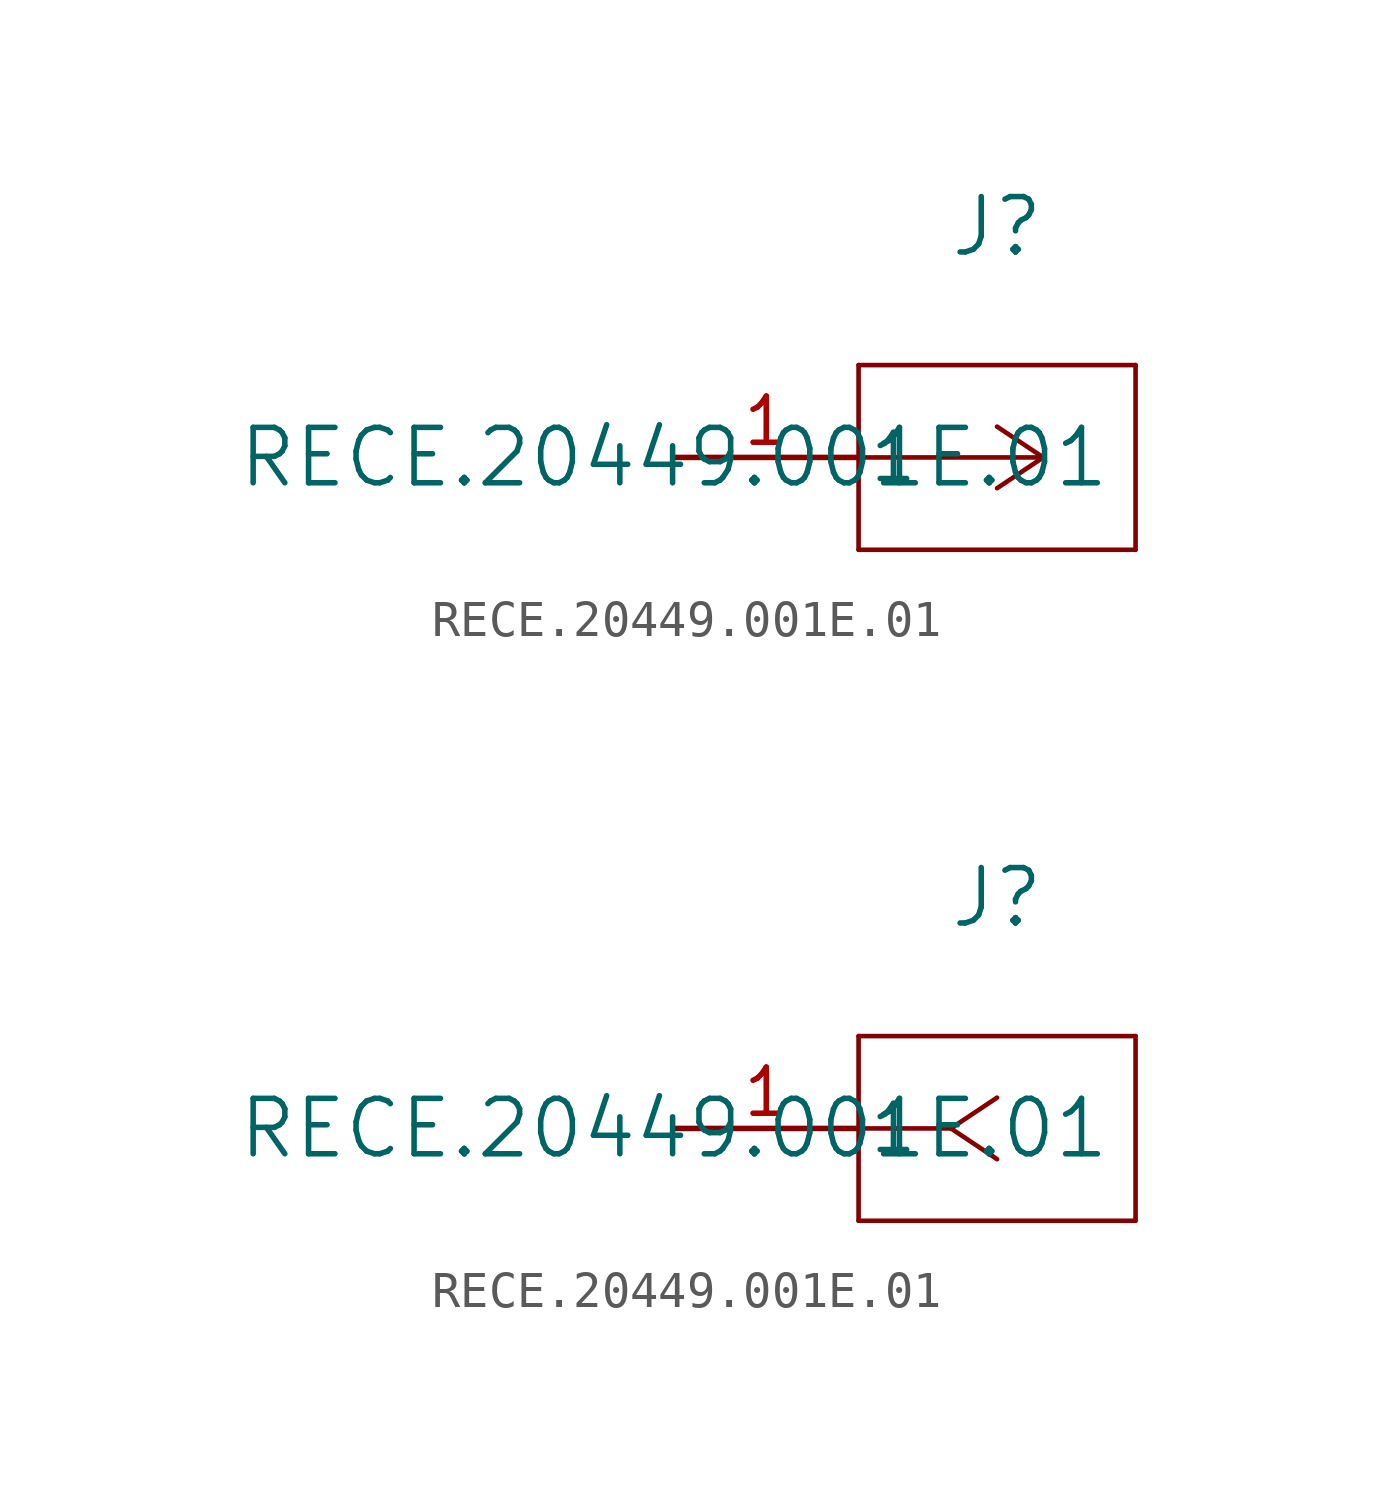
<source format=kicad_sym>
(kicad_symbol_lib
  (version 20211014)
  (generator kicad_symbol_editor)
  (symbol "RECE.20449.001E.01"
    (pin_names
      (offset 0.254))
    (property "Reference" "J"
      (at 8.89 6.35 0)
      (effects (font (size 1.524 1.524))))
    (property "Value" "RECE.20449.001E.01"
      (at 0 0 0)
      (effects (font (size 1.524 1.524))))
    (symbol "RECE.20449.001E.01_1_1"
      (polyline (pts (xy 10.16 0) (xy 5.08 0)) (stroke (width 0.127) (type default) (color 0 0 0 0)) (fill (type none)))
      (polyline (pts (xy 10.16 0) (xy 8.89 0.847)) (stroke (width 0.127) (type default) (color 0 0 0 0)) (fill (type none)))
      (polyline (pts (xy 10.16 0) (xy 8.89 -0.847)) (stroke (width 0.127) (type default) (color 0 0 0 0)) (fill (type none)))
      (polyline (pts (xy 5.08 2.54) (xy 5.08 -2.54)) (stroke (width 0.127) (type default) (color 0 0 0 0)) (fill (type none)))
      (polyline (pts (xy 5.08 -2.54) (xy 12.7 -2.54)) (stroke (width 0.127) (type default) (color 0 0 0 0)) (fill (type none)))
      (polyline (pts (xy 12.7 -2.54) (xy 12.7 2.54)) (stroke (width 0.127) (type default) (color 0 0 0 0)) (fill (type none)))
      (polyline (pts (xy 12.7 2.54) (xy 5.08 2.54)) (stroke (width 0.127) (type default) (color 0 0 0 0)) (fill (type none)))
      (pin unspecified line (at 0 0 0) (length 5.08) (name "1" (effects (font (size 1.27 1.27)))) (number "1" (effects (font (size 1.27 1.27))))))
    (symbol "RECE.20449.001E.01_1_2"
      (polyline (pts (xy 7.62 0) (xy 5.08 0)) (stroke (width 0.127) (type default) (color 0 0 0 0)) (fill (type none)))
      (polyline (pts (xy 7.62 0) (xy 8.89 0.847)) (stroke (width 0.127) (type default) (color 0 0 0 0)) (fill (type none)))
      (polyline (pts (xy 7.62 0) (xy 8.89 -0.847)) (stroke (width 0.127) (type default) (color 0 0 0 0)) (fill (type none)))
      (polyline (pts (xy 5.08 2.54) (xy 5.08 -2.54)) (stroke (width 0.127) (type default) (color 0 0 0 0)) (fill (type none)))
      (polyline (pts (xy 5.08 -2.54) (xy 12.7 -2.54)) (stroke (width 0.127) (type default) (color 0 0 0 0)) (fill (type none)))
      (polyline (pts (xy 12.7 -2.54) (xy 12.7 2.54)) (stroke (width 0.127) (type default) (color 0 0 0 0)) (fill (type none)))
      (polyline (pts (xy 12.7 2.54) (xy 5.08 2.54)) (stroke (width 0.127) (type default) (color 0 0 0 0)) (fill (type none)))
      (pin unspecified line (at 0 0 0) (length 5.08) (name "1" (effects (font (size 1.27 1.27)))) (number "1" (effects (font (size 1.27 1.27))))))))
</source>
